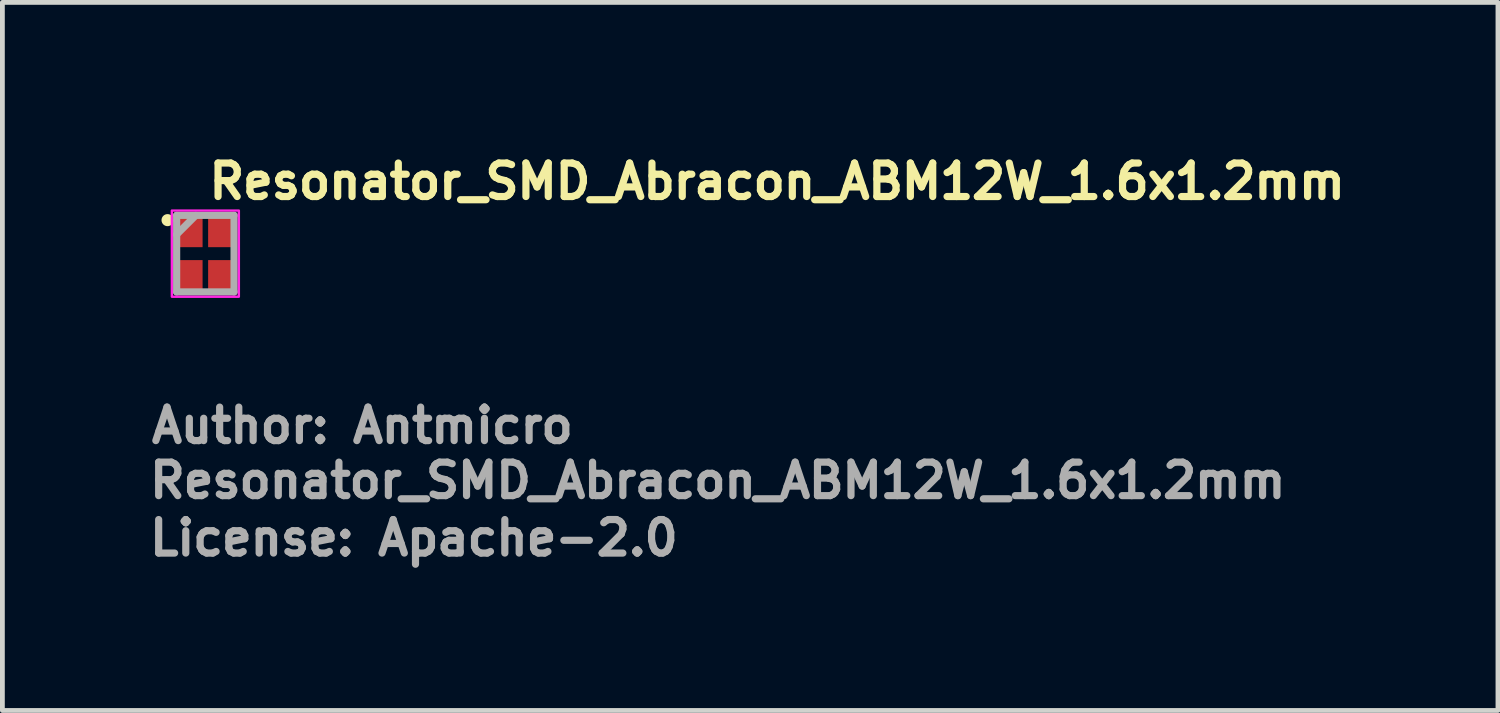
<source format=kicad_pcb>
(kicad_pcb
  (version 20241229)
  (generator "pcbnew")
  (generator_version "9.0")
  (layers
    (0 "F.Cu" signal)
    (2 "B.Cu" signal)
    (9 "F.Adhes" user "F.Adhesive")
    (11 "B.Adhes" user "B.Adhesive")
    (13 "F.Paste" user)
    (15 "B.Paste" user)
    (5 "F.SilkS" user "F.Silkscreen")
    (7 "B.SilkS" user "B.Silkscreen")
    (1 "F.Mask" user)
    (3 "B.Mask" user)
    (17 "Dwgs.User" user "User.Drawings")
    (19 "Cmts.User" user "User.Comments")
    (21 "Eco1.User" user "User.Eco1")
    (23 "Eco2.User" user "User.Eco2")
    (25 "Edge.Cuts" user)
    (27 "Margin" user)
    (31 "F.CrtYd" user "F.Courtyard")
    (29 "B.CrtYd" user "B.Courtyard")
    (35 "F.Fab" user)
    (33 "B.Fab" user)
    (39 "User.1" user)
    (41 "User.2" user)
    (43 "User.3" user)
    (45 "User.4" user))
  (footprint "Resonator_SMD_Abracon_ABM12W_1.6x1.2mm"
    (layer "F.Cu")
    (at 1.241 2.25)
    (property "Reference" "Resonator_SMD_Abracon_ABM12W_1.6x1.2mm" (at 0 -1.1 0) (layer "F.SilkS") (effects (font (size 0.7 0.7) (thickness 0.15)) (justify left bottom)))
    (attr smd)
    (fp_circle (center -0.79 -0.7) (end -0.739 -0.7) (stroke (width 0.15) (type solid)) (fill yes) (layer "F.SilkS"))
    (fp_rect (start -0.7 -0.9) (end 0.7 0.9) (stroke (width 0.05) (type solid)) (fill no) (layer "F.CrtYd"))
    (fp_line (start -0.6 -0.8) (end -0.6 0.8) (stroke (width 0.15) (type solid)) (layer "F.Fab"))
    (fp_line (start -0.6 -0.8) (end 0.6 -0.8) (stroke (width 0.15) (type solid)) (layer "F.Fab"))
    (fp_line (start -0.6 -0.4) (end -0.2 -0.8) (stroke (width 0.15) (type solid)) (layer "F.Fab"))
    (fp_line (start 0.6 -0.8) (end 0.6 0.8) (stroke (width 0.15) (type solid)) (layer "F.Fab"))
    (fp_line (start 0.6 0.8) (end -0.6 0.8) (stroke (width 0.15) (type solid)) (layer "F.Fab"))
    (fp_rect (start -0.6 -0.8) (end 0.6 0.8) (stroke (width 0.1) (type solid)) (fill no) (layer "User.5"))
    (fp_line (start -0.6 -0.699) (end -0.6 0.699) (stroke (width 0.02) (type solid)) (layer "User.9"))
    (fp_line (start -0.6 0.699) (end -0.591 0.703) (stroke (width 0.02) (type solid)) (layer "User.9"))
    (fp_line (start -0.591 -0.703) (end -0.6 -0.699) (stroke (width 0.02) (type solid)) (layer "User.9"))
    (fp_line (start -0.591 0.703) (end -0.583 0.708) (stroke (width 0.02) (type solid)) (layer "User.9"))
    (fp_line (start -0.583 -0.708) (end -0.591 -0.703) (stroke (width 0.02) (type solid)) (layer "User.9"))
    (fp_line (start -0.583 0.708) (end -0.576 0.712) (stroke (width 0.02) (type solid)) (layer "User.9"))
    (fp_line (start -0.576 -0.712) (end -0.583 -0.708) (stroke (width 0.02) (type solid)) (layer "User.9"))
    (fp_line (start -0.576 0.712) (end -0.568 0.717) (stroke (width 0.02) (type solid)) (layer "User.9"))
    (fp_line (start -0.568 -0.717) (end -0.576 -0.712) (stroke (width 0.02) (type solid)) (layer "User.9"))
    (fp_line (start -0.568 0.717) (end -0.561 0.723) (stroke (width 0.02) (type solid)) (layer "User.9"))
    (fp_line (start -0.561 -0.723) (end -0.568 -0.717) (stroke (width 0.02) (type solid)) (layer "User.9"))
    (fp_line (start -0.561 0.723) (end -0.554 0.728) (stroke (width 0.02) (type solid)) (layer "User.9"))
    (fp_line (start -0.554 -0.728) (end -0.561 -0.723) (stroke (width 0.02) (type solid)) (layer "User.9"))
    (fp_line (start -0.554 0.728) (end -0.547 0.734) (stroke (width 0.02) (type solid)) (layer "User.9"))
    (fp_line (start -0.547 -0.734) (end -0.554 -0.728) (stroke (width 0.02) (type solid)) (layer "User.9"))
    (fp_line (start -0.547 0.734) (end -0.54 0.74) (stroke (width 0.02) (type solid)) (layer "User.9"))
    (fp_line (start -0.54 -0.74) (end -0.547 -0.734) (stroke (width 0.02) (type solid)) (layer "User.9"))
    (fp_line (start -0.54 -0.615) (end -0.54 0.615) (stroke (width 0.02) (type solid)) (layer "User.9"))
    (fp_line (start -0.54 0.615) (end -0.539 0.621) (stroke (width 0.02) (type solid)) (layer "User.9"))
    (fp_line (start -0.54 0.74) (end -0.534 0.747) (stroke (width 0.02) (type solid)) (layer "User.9"))
    (fp_line (start -0.539 -0.627) (end -0.539 -0.621) (stroke (width 0.02) (type solid)) (layer "User.9"))
    (fp_line (start -0.539 -0.621) (end -0.54 -0.615) (stroke (width 0.02) (type solid)) (layer "User.9"))
    (fp_line (start -0.539 0.621) (end -0.539 0.627) (stroke (width 0.02) (type solid)) (layer "User.9"))
    (fp_line (start -0.539 0.627) (end -0.538 0.633) (stroke (width 0.02) (type solid)) (layer "User.9"))
    (fp_line (start -0.538 -0.633) (end -0.539 -0.627) (stroke (width 0.02) (type solid)) (layer "User.9"))
    (fp_line (start -0.538 0.633) (end -0.537 0.639) (stroke (width 0.02) (type solid)) (layer "User.9"))
    (fp_line (start -0.537 -0.639) (end -0.538 -0.633) (stroke (width 0.02) (type solid)) (layer "User.9"))
    (fp_line (start -0.537 0.639) (end -0.536 0.645) (stroke (width 0.02) (type solid)) (layer "User.9"))
    (fp_line (start -0.536 -0.645) (end -0.537 -0.639) (stroke (width 0.02) (type solid)) (layer "User.9"))
    (fp_line (start -0.536 0.645) (end -0.534 0.651) (stroke (width 0.02) (type solid)) (layer "User.9"))
    (fp_line (start -0.534 -0.747) (end -0.54 -0.74) (stroke (width 0.02) (type solid)) (layer "User.9"))
    (fp_line (start -0.534 -0.651) (end -0.536 -0.645) (stroke (width 0.02) (type solid)) (layer "User.9"))
    (fp_line (start -0.534 0.651) (end -0.532 0.657) (stroke (width 0.02) (type solid)) (layer "User.9"))
    (fp_line (start -0.534 0.747) (end -0.528 0.754) (stroke (width 0.02) (type solid)) (layer "User.9"))
    (fp_line (start -0.532 -0.657) (end -0.534 -0.651) (stroke (width 0.02) (type solid)) (layer "User.9"))
    (fp_line (start -0.532 0.657) (end -0.53 0.662) (stroke (width 0.02) (type solid)) (layer "User.9"))
    (fp_line (start -0.53 -0.662) (end -0.532 -0.657) (stroke (width 0.02) (type solid)) (layer "User.9"))
    (fp_line (start -0.53 0.662) (end -0.528 0.668) (stroke (width 0.02) (type solid)) (layer "User.9"))
    (fp_line (start -0.528 -0.754) (end -0.534 -0.747) (stroke (width 0.02) (type solid)) (layer "User.9"))
    (fp_line (start -0.528 -0.668) (end -0.53 -0.662) (stroke (width 0.02) (type solid)) (layer "User.9"))
    (fp_line (start -0.528 0.668) (end -0.525 0.673) (stroke (width 0.02) (type solid)) (layer "User.9"))
    (fp_line (start -0.528 0.754) (end -0.523 0.761) (stroke (width 0.02) (type solid)) (layer "User.9"))
    (fp_line (start -0.525 -0.673) (end -0.528 -0.668) (stroke (width 0.02) (type solid)) (layer "User.9"))
    (fp_line (start -0.525 0.673) (end -0.522 0.679) (stroke (width 0.02) (type solid)) (layer "User.9"))
    (fp_line (start -0.523 -0.761) (end -0.528 -0.754) (stroke (width 0.02) (type solid)) (layer "User.9"))
    (fp_line (start -0.523 0.761) (end -0.517 0.768) (stroke (width 0.02) (type solid)) (layer "User.9"))
    (fp_line (start -0.522 -0.679) (end -0.525 -0.673) (stroke (width 0.02) (type solid)) (layer "User.9"))
    (fp_line (start -0.522 0.679) (end -0.518 0.684) (stroke (width 0.02) (type solid)) (layer "User.9"))
    (fp_line (start -0.518 -0.684) (end -0.522 -0.679) (stroke (width 0.02) (type solid)) (layer "User.9"))
    (fp_line (start -0.518 0.684) (end -0.515 0.689) (stroke (width 0.02) (type solid)) (layer "User.9"))
    (fp_line (start -0.517 -0.768) (end -0.523 -0.761) (stroke (width 0.02) (type solid)) (layer "User.9"))
    (fp_line (start -0.517 0.768) (end -0.512 0.776) (stroke (width 0.02) (type solid)) (layer "User.9"))
    (fp_line (start -0.515 -0.689) (end -0.518 -0.684) (stroke (width 0.02) (type solid)) (layer "User.9"))
    (fp_line (start -0.515 0.689) (end -0.511 0.694) (stroke (width 0.02) (type solid)) (layer "User.9"))
    (fp_line (start -0.512 -0.776) (end -0.517 -0.768) (stroke (width 0.02) (type solid)) (layer "User.9"))
    (fp_line (start -0.512 0.776) (end -0.508 0.783) (stroke (width 0.02) (type solid)) (layer "User.9"))
    (fp_line (start -0.511 -0.694) (end -0.515 -0.689) (stroke (width 0.02) (type solid)) (layer "User.9"))
    (fp_line (start -0.511 0.694) (end -0.507 0.698) (stroke (width 0.02) (type solid)) (layer "User.9"))
    (fp_line (start -0.508 -0.783) (end -0.512 -0.776) (stroke (width 0.02) (type solid)) (layer "User.9"))
    (fp_line (start -0.508 0.783) (end -0.503 0.791) (stroke (width 0.02) (type solid)) (layer "User.9"))
    (fp_line (start -0.507 -0.698) (end -0.511 -0.694) (stroke (width 0.02) (type solid)) (layer "User.9"))
    (fp_line (start -0.507 0.698) (end -0.503 0.703) (stroke (width 0.02) (type solid)) (layer "User.9"))
    (fp_line (start -0.503 -0.791) (end -0.508 -0.783) (stroke (width 0.02) (type solid)) (layer "User.9"))
    (fp_line (start -0.503 -0.703) (end -0.507 -0.698) (stroke (width 0.02) (type solid)) (layer "User.9"))
    (fp_line (start -0.503 -0.703) (end -0.503 -0.703) (stroke (width 0.02) (type solid)) (layer "User.9"))
    (fp_line (start -0.503 0.703) (end -0.503 0.703) (stroke (width 0.02) (type solid)) (layer "User.9"))
    (fp_line (start -0.503 0.703) (end -0.498 0.707) (stroke (width 0.02) (type solid)) (layer "User.9"))
    (fp_line (start -0.503 0.791) (end -0.5 0.8) (stroke (width 0.02) (type solid)) (layer "User.9"))
    (fp_line (start -0.5 -0.8) (end -0.503 -0.791) (stroke (width 0.02) (type solid)) (layer "User.9"))
    (fp_line (start -0.5 0.8) (end 0.5 0.8) (stroke (width 0.02) (type solid)) (layer "User.9"))
    (fp_line (start -0.498 -0.707) (end -0.503 -0.703) (stroke (width 0.02) (type solid)) (layer "User.9"))
    (fp_line (start -0.498 0.707) (end -0.494 0.711) (stroke (width 0.02) (type solid)) (layer "User.9"))
    (fp_line (start -0.494 -0.711) (end -0.498 -0.707) (stroke (width 0.02) (type solid)) (layer "User.9"))
    (fp_line (start -0.494 0.711) (end -0.489 0.715) (stroke (width 0.02) (type solid)) (layer "User.9"))
    (fp_line (start -0.489 -0.715) (end -0.494 -0.711) (stroke (width 0.02) (type solid)) (layer "User.9"))
    (fp_line (start -0.489 0.715) (end -0.484 0.718) (stroke (width 0.02) (type solid)) (layer "User.9"))
    (fp_line (start -0.484 -0.718) (end -0.489 -0.715) (stroke (width 0.02) (type solid)) (layer "User.9"))
    (fp_line (start -0.484 0.718) (end -0.479 0.722) (stroke (width 0.02) (type solid)) (layer "User.9"))
    (fp_line (start -0.479 -0.722) (end -0.484 -0.718) (stroke (width 0.02) (type solid)) (layer "User.9"))
    (fp_line (start -0.479 0.722) (end -0.473 0.725) (stroke (width 0.02) (type solid)) (layer "User.9"))
    (fp_line (start -0.474 -0.562) (end -0.474 -0.556) (stroke (width 0.02) (type solid)) (layer "User.9"))
    (fp_line (start -0.474 -0.556) (end -0.474 -0.55) (stroke (width 0.02) (type solid)) (layer "User.9"))
    (fp_line (start -0.474 -0.55) (end -0.474 0.55) (stroke (width 0.02) (type solid)) (layer "User.9"))
    (fp_line (start -0.474 0.55) (end -0.474 0.556) (stroke (width 0.02) (type solid)) (layer "User.9"))
    (fp_line (start -0.474 0.556) (end -0.474 0.562) (stroke (width 0.02) (type solid)) (layer "User.9"))
    (fp_line (start -0.474 0.562) (end -0.473 0.568) (stroke (width 0.02) (type solid)) (layer "User.9"))
    (fp_line (start -0.473 -0.725) (end -0.479 -0.722) (stroke (width 0.02) (type solid)) (layer "User.9"))
    (fp_line (start -0.473 -0.568) (end -0.474 -0.562) (stroke (width 0.02) (type solid)) (layer "User.9"))
    (fp_line (start -0.473 0.568) (end -0.472 0.574) (stroke (width 0.02) (type solid)) (layer "User.9"))
    (fp_line (start -0.473 0.725) (end -0.468 0.728) (stroke (width 0.02) (type solid)) (layer "User.9"))
    (fp_line (start -0.472 -0.574) (end -0.473 -0.568) (stroke (width 0.02) (type solid)) (layer "User.9"))
    (fp_line (start -0.472 0.574) (end -0.471 0.58) (stroke (width 0.02) (type solid)) (layer "User.9"))
    (fp_line (start -0.471 -0.58) (end -0.472 -0.574) (stroke (width 0.02) (type solid)) (layer "User.9"))
    (fp_line (start -0.471 0.58) (end -0.469 0.586) (stroke (width 0.02) (type solid)) (layer "User.9"))
    (fp_line (start -0.469 -0.586) (end -0.471 -0.58) (stroke (width 0.02) (type solid)) (layer "User.9"))
    (fp_line (start -0.469 0.586) (end -0.467 0.592) (stroke (width 0.02) (type solid)) (layer "User.9"))
    (fp_line (start -0.468 -0.728) (end -0.473 -0.725) (stroke (width 0.02) (type solid)) (layer "User.9"))
    (fp_line (start -0.468 0.728) (end -0.462 0.73) (stroke (width 0.02) (type solid)) (layer "User.9"))
    (fp_line (start -0.467 -0.592) (end -0.469 -0.586) (stroke (width 0.02) (type solid)) (layer "User.9"))
    (fp_line (start -0.467 0.592) (end -0.465 0.597) (stroke (width 0.02) (type solid)) (layer "User.9"))
    (fp_line (start -0.465 -0.597) (end -0.467 -0.592) (stroke (width 0.02) (type solid)) (layer "User.9"))
    (fp_line (start -0.465 0.597) (end -0.463 0.603) (stroke (width 0.02) (type solid)) (layer "User.9"))
    (fp_line (start -0.463 -0.603) (end -0.465 -0.597) (stroke (width 0.02) (type solid)) (layer "User.9"))
    (fp_line (start -0.463 0.603) (end -0.46 0.608) (stroke (width 0.02) (type solid)) (layer "User.9"))
    (fp_line (start -0.462 -0.73) (end -0.468 -0.728) (stroke (width 0.02) (type solid)) (layer "User.9"))
    (fp_line (start -0.462 0.73) (end -0.457 0.732) (stroke (width 0.02) (type solid)) (layer "User.9"))
    (fp_line (start -0.46 -0.608) (end -0.463 -0.603) (stroke (width 0.02) (type solid)) (layer "User.9"))
    (fp_line (start -0.46 0.608) (end -0.457 0.614) (stroke (width 0.02) (type solid)) (layer "User.9"))
    (fp_line (start -0.457 -0.732) (end -0.462 -0.73) (stroke (width 0.02) (type solid)) (layer "User.9"))
    (fp_line (start -0.457 -0.614) (end -0.46 -0.608) (stroke (width 0.02) (type solid)) (layer "User.9"))
    (fp_line (start -0.457 0.614) (end -0.453 0.619) (stroke (width 0.02) (type solid)) (layer "User.9"))
    (fp_line (start -0.457 0.732) (end -0.451 0.734) (stroke (width 0.02) (type solid)) (layer "User.9"))
    (fp_line (start -0.453 -0.619) (end -0.457 -0.614) (stroke (width 0.02) (type solid)) (layer "User.9"))
    (fp_line (start -0.453 0.619) (end -0.45 0.624) (stroke (width 0.02) (type solid)) (layer "User.9"))
    (fp_line (start -0.451 -0.734) (end -0.457 -0.732) (stroke (width 0.02) (type solid)) (layer "User.9"))
    (fp_line (start -0.451 0.734) (end -0.445 0.736) (stroke (width 0.02) (type solid)) (layer "User.9"))
    (fp_line (start -0.45 -0.624) (end -0.453 -0.619) (stroke (width 0.02) (type solid)) (layer "User.9"))
    (fp_line (start -0.45 0.624) (end -0.446 0.629) (stroke (width 0.02) (type solid)) (layer "User.9"))
    (fp_line (start -0.446 -0.629) (end -0.45 -0.624) (stroke (width 0.02) (type solid)) (layer "User.9"))
    (fp_line (start -0.446 0.629) (end -0.442 0.633) (stroke (width 0.02) (type solid)) (layer "User.9"))
    (fp_line (start -0.445 -0.736) (end -0.451 -0.734) (stroke (width 0.02) (type solid)) (layer "User.9"))
    (fp_line (start -0.445 0.736) (end -0.439 0.737) (stroke (width 0.02) (type solid)) (layer "User.9"))
    (fp_line (start -0.442 -0.633) (end -0.446 -0.629) (stroke (width 0.02) (type solid)) (layer "User.9"))
    (fp_line (start -0.442 0.633) (end -0.438 0.638) (stroke (width 0.02) (type solid)) (layer "User.9"))
    (fp_line (start -0.439 -0.737) (end -0.445 -0.736) (stroke (width 0.02) (type solid)) (layer "User.9"))
    (fp_line (start -0.439 0.737) (end -0.433 0.738) (stroke (width 0.02) (type solid)) (layer "User.9"))
    (fp_line (start -0.438 -0.638) (end -0.442 -0.633) (stroke (width 0.02) (type solid)) (layer "User.9"))
    (fp_line (start -0.438 -0.638) (end -0.438 -0.638) (stroke (width 0.02) (type solid)) (layer "User.9"))
    (fp_line (start -0.438 0.638) (end -0.438 0.638) (stroke (width 0.02) (type solid)) (layer "User.9"))
    (fp_line (start -0.438 0.638) (end -0.433 0.642) (stroke (width 0.02) (type solid)) (layer "User.9"))
    (fp_line (start -0.433 -0.738) (end -0.439 -0.737) (stroke (width 0.02) (type solid)) (layer "User.9"))
    (fp_line (start -0.433 -0.642) (end -0.438 -0.638) (stroke (width 0.02) (type solid)) (layer "User.9"))
    (fp_line (start -0.433 0.642) (end -0.429 0.646) (stroke (width 0.02) (type solid)) (layer "User.9"))
    (fp_line (start -0.433 0.738) (end -0.427 0.739) (stroke (width 0.02) (type solid)) (layer "User.9"))
    (fp_line (start -0.429 -0.646) (end -0.433 -0.642) (stroke (width 0.02) (type solid)) (layer "User.9"))
    (fp_line (start -0.429 0.646) (end -0.424 0.65) (stroke (width 0.02) (type solid)) (layer "User.9"))
    (fp_line (start -0.427 -0.739) (end -0.433 -0.738) (stroke (width 0.02) (type solid)) (layer "User.9"))
    (fp_line (start -0.427 0.739) (end -0.421 0.739) (stroke (width 0.02) (type solid)) (layer "User.9"))
    (fp_line (start -0.424 -0.65) (end -0.429 -0.646) (stroke (width 0.02) (type solid)) (layer "User.9"))
    (fp_line (start -0.424 0.65) (end -0.419 0.653) (stroke (width 0.02) (type solid)) (layer "User.9"))
    (fp_line (start -0.421 -0.739) (end -0.427 -0.739) (stroke (width 0.02) (type solid)) (layer "User.9"))
    (fp_line (start -0.421 0.739) (end -0.414 0.74) (stroke (width 0.02) (type solid)) (layer "User.9"))
    (fp_line (start -0.419 -0.653) (end -0.424 -0.65) (stroke (width 0.02) (type solid)) (layer "User.9"))
    (fp_line (start -0.419 0.653) (end -0.414 0.657) (stroke (width 0.02) (type solid)) (layer "User.9"))
    (fp_line (start -0.414 -0.74) (end -0.421 -0.739) (stroke (width 0.02) (type solid)) (layer "User.9"))
    (fp_line (start -0.414 -0.657) (end -0.419 -0.653) (stroke (width 0.02) (type solid)) (layer "User.9"))
    (fp_line (start -0.414 0.657) (end -0.408 0.66) (stroke (width 0.02) (type solid)) (layer "User.9"))
    (fp_line (start -0.414 0.74) (end 0.414 0.74) (stroke (width 0.02) (type solid)) (layer "User.9"))
    (fp_line (start -0.408 -0.66) (end -0.414 -0.657) (stroke (width 0.02) (type solid)) (layer "User.9"))
    (fp_line (start -0.408 0.66) (end -0.403 0.663) (stroke (width 0.02) (type solid)) (layer "User.9"))
    (fp_line (start -0.403 -0.663) (end -0.408 -0.66) (stroke (width 0.02) (type solid)) (layer "User.9"))
    (fp_line (start -0.403 0.663) (end -0.397 0.665) (stroke (width 0.02) (type solid)) (layer "User.9"))
    (fp_line (start -0.397 -0.665) (end -0.403 -0.663) (stroke (width 0.02) (type solid)) (layer "User.9"))
    (fp_line (start -0.397 0.665) (end -0.392 0.667) (stroke (width 0.02) (type solid)) (layer "User.9"))
    (fp_line (start -0.392 -0.667) (end -0.397 -0.665) (stroke (width 0.02) (type solid)) (layer "User.9"))
    (fp_line (start -0.392 0.667) (end -0.386 0.669) (stroke (width 0.02) (type solid)) (layer "User.9"))
    (fp_line (start -0.386 -0.669) (end -0.392 -0.667) (stroke (width 0.02) (type solid)) (layer "User.9"))
    (fp_line (start -0.386 0.669) (end -0.38 0.671) (stroke (width 0.02) (type solid)) (layer "User.9"))
    (fp_line (start -0.38 -0.671) (end -0.386 -0.669) (stroke (width 0.02) (type solid)) (layer "User.9"))
    (fp_line (start -0.38 0.671) (end -0.374 0.672) (stroke (width 0.02) (type solid)) (layer "User.9"))
    (fp_line (start -0.374 -0.672) (end -0.38 -0.671) (stroke (width 0.02) (type solid)) (layer "User.9"))
    (fp_line (start -0.374 0.672) (end -0.368 0.673) (stroke (width 0.02) (type solid)) (layer "User.9"))
    (fp_line (start -0.368 -0.673) (end -0.374 -0.672) (stroke (width 0.02) (type solid)) (layer "User.9"))
    (fp_line (start -0.368 0.673) (end -0.362 0.674) (stroke (width 0.02) (type solid)) (layer "User.9"))
    (fp_line (start -0.362 -0.674) (end -0.368 -0.673) (stroke (width 0.02) (type solid)) (layer "User.9"))
    (fp_line (start -0.362 0.674) (end -0.356 0.674) (stroke (width 0.02) (type solid)) (layer "User.9"))
    (fp_line (start -0.356 -0.674) (end -0.362 -0.674) (stroke (width 0.02) (type solid)) (layer "User.9"))
    (fp_line (start -0.356 0.674) (end -0.349 0.675) (stroke (width 0.02) (type solid)) (layer "User.9"))
    (fp_line (start -0.349 -0.675) (end -0.356 -0.674) (stroke (width 0.02) (type solid)) (layer "User.9"))
    (fp_line (start -0.349 0.675) (end 0.349 0.675) (stroke (width 0.02) (type solid)) (layer "User.9"))
    (fp_line (start 0.349 -0.675) (end -0.349 -0.675) (stroke (width 0.02) (type solid)) (layer "User.9"))
    (fp_line (start 0.349 0.675) (end 0.356 0.674) (stroke (width 0.02) (type solid)) (layer "User.9"))
    (fp_line (start 0.356 -0.674) (end 0.349 -0.675) (stroke (width 0.02) (type solid)) (layer "User.9"))
    (fp_line (start 0.356 0.674) (end 0.362 0.674) (stroke (width 0.02) (type solid)) (layer "User.9"))
    (fp_line (start 0.362 -0.674) (end 0.356 -0.674) (stroke (width 0.02) (type solid)) (layer "User.9"))
    (fp_line (start 0.362 0.674) (end 0.368 0.673) (stroke (width 0.02) (type solid)) (layer "User.9"))
    (fp_line (start 0.368 -0.673) (end 0.362 -0.674) (stroke (width 0.02) (type solid)) (layer "User.9"))
    (fp_line (start 0.368 0.673) (end 0.374 0.672) (stroke (width 0.02) (type solid)) (layer "User.9"))
    (fp_line (start 0.374 -0.672) (end 0.368 -0.673) (stroke (width 0.02) (type solid)) (layer "User.9"))
    (fp_line (start 0.374 0.672) (end 0.38 0.671) (stroke (width 0.02) (type solid)) (layer "User.9"))
    (fp_line (start 0.38 -0.671) (end 0.374 -0.672) (stroke (width 0.02) (type solid)) (layer "User.9"))
    (fp_line (start 0.38 0.671) (end 0.386 0.669) (stroke (width 0.02) (type solid)) (layer "User.9"))
    (fp_line (start 0.386 -0.669) (end 0.38 -0.671) (stroke (width 0.02) (type solid)) (layer "User.9"))
    (fp_line (start 0.386 0.669) (end 0.392 0.667) (stroke (width 0.02) (type solid)) (layer "User.9"))
    (fp_line (start 0.392 -0.667) (end 0.386 -0.669) (stroke (width 0.02) (type solid)) (layer "User.9"))
    (fp_line (start 0.392 0.667) (end 0.397 0.665) (stroke (width 0.02) (type solid)) (layer "User.9"))
    (fp_line (start 0.397 -0.665) (end 0.392 -0.667) (stroke (width 0.02) (type solid)) (layer "User.9"))
    (fp_line (start 0.397 0.665) (end 0.403 0.663) (stroke (width 0.02) (type solid)) (layer "User.9"))
    (fp_line (start 0.403 -0.663) (end 0.397 -0.665) (stroke (width 0.02) (type solid)) (layer "User.9"))
    (fp_line (start 0.403 0.663) (end 0.408 0.66) (stroke (width 0.02) (type solid)) (layer "User.9"))
    (fp_line (start 0.408 -0.66) (end 0.403 -0.663) (stroke (width 0.02) (type solid)) (layer "User.9"))
    (fp_line (start 0.408 0.66) (end 0.414 0.657) (stroke (width 0.02) (type solid)) (layer "User.9"))
    (fp_line (start 0.414 -0.74) (end -0.414 -0.74) (stroke (width 0.02) (type solid)) (layer "User.9"))
    (fp_line (start 0.414 -0.657) (end 0.408 -0.66) (stroke (width 0.02) (type solid)) (layer "User.9"))
    (fp_line (start 0.414 0.657) (end 0.419 0.653) (stroke (width 0.02) (type solid)) (layer "User.9"))
    (fp_line (start 0.414 0.74) (end 0.421 0.739) (stroke (width 0.02) (type solid)) (layer "User.9"))
    (fp_line (start 0.419 -0.653) (end 0.414 -0.657) (stroke (width 0.02) (type solid)) (layer "User.9"))
    (fp_line (start 0.419 0.653) (end 0.424 0.65) (stroke (width 0.02) (type solid)) (layer "User.9"))
    (fp_line (start 0.421 -0.739) (end 0.414 -0.74) (stroke (width 0.02) (type solid)) (layer "User.9"))
    (fp_line (start 0.421 0.739) (end 0.427 0.739) (stroke (width 0.02) (type solid)) (layer "User.9"))
    (fp_line (start 0.424 -0.65) (end 0.419 -0.653) (stroke (width 0.02) (type solid)) (layer "User.9"))
    (fp_line (start 0.424 0.65) (end 0.429 0.646) (stroke (width 0.02) (type solid)) (layer "User.9"))
    (fp_line (start 0.427 -0.739) (end 0.421 -0.739) (stroke (width 0.02) (type solid)) (layer "User.9"))
    (fp_line (start 0.427 0.739) (end 0.433 0.738) (stroke (width 0.02) (type solid)) (layer "User.9"))
    (fp_line (start 0.429 -0.646) (end 0.424 -0.65) (stroke (width 0.02) (type solid)) (layer "User.9"))
    (fp_line (start 0.429 0.646) (end 0.433 0.642) (stroke (width 0.02) (type solid)) (layer "User.9"))
    (fp_line (start 0.433 -0.738) (end 0.427 -0.739) (stroke (width 0.02) (type solid)) (layer "User.9"))
    (fp_line (start 0.433 -0.642) (end 0.429 -0.646) (stroke (width 0.02) (type solid)) (layer "User.9"))
    (fp_line (start 0.433 0.642) (end 0.438 0.638) (stroke (width 0.02) (type solid)) (layer "User.9"))
    (fp_line (start 0.433 0.738) (end 0.439 0.737) (stroke (width 0.02) (type solid)) (layer "User.9"))
    (fp_line (start 0.438 -0.638) (end 0.433 -0.642) (stroke (width 0.02) (type solid)) (layer "User.9"))
    (fp_line (start 0.438 -0.638) (end 0.438 -0.638) (stroke (width 0.02) (type solid)) (layer "User.9"))
    (fp_line (start 0.438 0.638) (end 0.438 0.638) (stroke (width 0.02) (type solid)) (layer "User.9"))
    (fp_line (start 0.438 0.638) (end 0.442 0.633) (stroke (width 0.02) (type solid)) (layer "User.9"))
    (fp_line (start 0.439 -0.737) (end 0.433 -0.738) (stroke (width 0.02) (type solid)) (layer "User.9"))
    (fp_line (start 0.439 0.737) (end 0.445 0.736) (stroke (width 0.02) (type solid)) (layer "User.9"))
    (fp_line (start 0.442 -0.633) (end 0.438 -0.638) (stroke (width 0.02) (type solid)) (layer "User.9"))
    (fp_line (start 0.442 0.633) (end 0.446 0.629) (stroke (width 0.02) (type solid)) (layer "User.9"))
    (fp_line (start 0.445 -0.736) (end 0.439 -0.737) (stroke (width 0.02) (type solid)) (layer "User.9"))
    (fp_line (start 0.445 0.736) (end 0.451 0.734) (stroke (width 0.02) (type solid)) (layer "User.9"))
    (fp_line (start 0.446 -0.629) (end 0.442 -0.633) (stroke (width 0.02) (type solid)) (layer "User.9"))
    (fp_line (start 0.446 0.629) (end 0.45 0.624) (stroke (width 0.02) (type solid)) (layer "User.9"))
    (fp_line (start 0.45 -0.624) (end 0.446 -0.629) (stroke (width 0.02) (type solid)) (layer "User.9"))
    (fp_line (start 0.45 0.624) (end 0.453 0.619) (stroke (width 0.02) (type solid)) (layer "User.9"))
    (fp_line (start 0.451 -0.734) (end 0.445 -0.736) (stroke (width 0.02) (type solid)) (layer "User.9"))
    (fp_line (start 0.451 0.734) (end 0.457 0.732) (stroke (width 0.02) (type solid)) (layer "User.9"))
    (fp_line (start 0.453 -0.619) (end 0.45 -0.624) (stroke (width 0.02) (type solid)) (layer "User.9"))
    (fp_line (start 0.453 0.619) (end 0.457 0.614) (stroke (width 0.02) (type solid)) (layer "User.9"))
    (fp_line (start 0.457 -0.732) (end 0.451 -0.734) (stroke (width 0.02) (type solid)) (layer "User.9"))
    (fp_line (start 0.457 -0.614) (end 0.453 -0.619) (stroke (width 0.02) (type solid)) (layer "User.9"))
    (fp_line (start 0.457 0.614) (end 0.46 0.608) (stroke (width 0.02) (type solid)) (layer "User.9"))
    (fp_line (start 0.457 0.732) (end 0.462 0.73) (stroke (width 0.02) (type solid)) (layer "User.9"))
    (fp_line (start 0.46 -0.608) (end 0.457 -0.614) (stroke (width 0.02) (type solid)) (layer "User.9"))
    (fp_line (start 0.46 0.608) (end 0.463 0.603) (stroke (width 0.02) (type solid)) (layer "User.9"))
    (fp_line (start 0.462 -0.73) (end 0.457 -0.732) (stroke (width 0.02) (type solid)) (layer "User.9"))
    (fp_line (start 0.462 0.73) (end 0.468 0.728) (stroke (width 0.02) (type solid)) (layer "User.9"))
    (fp_line (start 0.463 -0.603) (end 0.46 -0.608) (stroke (width 0.02) (type solid)) (layer "User.9"))
    (fp_line (start 0.463 0.603) (end 0.465 0.597) (stroke (width 0.02) (type solid)) (layer "User.9"))
    (fp_line (start 0.465 -0.597) (end 0.463 -0.603) (stroke (width 0.02) (type solid)) (layer "User.9"))
    (fp_line (start 0.465 0.597) (end 0.467 0.592) (stroke (width 0.02) (type solid)) (layer "User.9"))
    (fp_line (start 0.467 -0.592) (end 0.465 -0.597) (stroke (width 0.02) (type solid)) (layer "User.9"))
    (fp_line (start 0.467 0.592) (end 0.469 0.586) (stroke (width 0.02) (type solid)) (layer "User.9"))
    (fp_line (start 0.468 -0.728) (end 0.462 -0.73) (stroke (width 0.02) (type solid)) (layer "User.9"))
    (fp_line (start 0.468 0.728) (end 0.473 0.725) (stroke (width 0.02) (type solid)) (layer "User.9"))
    (fp_line (start 0.469 -0.586) (end 0.467 -0.592) (stroke (width 0.02) (type solid)) (layer "User.9"))
    (fp_line (start 0.469 0.586) (end 0.471 0.58) (stroke (width 0.02) (type solid)) (layer "User.9"))
    (fp_line (start 0.471 -0.58) (end 0.469 -0.586) (stroke (width 0.02) (type solid)) (layer "User.9"))
    (fp_line (start 0.471 0.58) (end 0.472 0.574) (stroke (width 0.02) (type solid)) (layer "User.9"))
    (fp_line (start 0.472 -0.574) (end 0.471 -0.58) (stroke (width 0.02) (type solid)) (layer "User.9"))
    (fp_line (start 0.472 0.574) (end 0.473 0.568) (stroke (width 0.02) (type solid)) (layer "User.9"))
    (fp_line (start 0.473 -0.725) (end 0.468 -0.728) (stroke (width 0.02) (type solid)) (layer "User.9"))
    (fp_line (start 0.473 -0.568) (end 0.472 -0.574) (stroke (width 0.02) (type solid)) (layer "User.9"))
    (fp_line (start 0.473 0.568) (end 0.474 0.562) (stroke (width 0.02) (type solid)) (layer "User.9"))
    (fp_line (start 0.473 0.725) (end 0.479 0.722) (stroke (width 0.02) (type solid)) (layer "User.9"))
    (fp_line (start 0.474 -0.562) (end 0.473 -0.568) (stroke (width 0.02) (type solid)) (layer "User.9"))
    (fp_line (start 0.474 -0.556) (end 0.474 -0.562) (stroke (width 0.02) (type solid)) (layer "User.9"))
    (fp_line (start 0.474 -0.55) (end 0.474 -0.556) (stroke (width 0.02) (type solid)) (layer "User.9"))
    (fp_line (start 0.474 0.55) (end 0.474 -0.55) (stroke (width 0.02) (type solid)) (layer "User.9"))
    (fp_line (start 0.474 0.556) (end 0.474 0.55) (stroke (width 0.02) (type solid)) (layer "User.9"))
    (fp_line (start 0.474 0.562) (end 0.474 0.556) (stroke (width 0.02) (type solid)) (layer "User.9"))
    (fp_line (start 0.479 -0.722) (end 0.473 -0.725) (stroke (width 0.02) (type solid)) (layer "User.9"))
    (fp_line (start 0.479 0.722) (end 0.484 0.718) (stroke (width 0.02) (type solid)) (layer "User.9"))
    (fp_line (start 0.484 -0.718) (end 0.479 -0.722) (stroke (width 0.02) (type solid)) (layer "User.9"))
    (fp_line (start 0.484 0.718) (end 0.489 0.715) (stroke (width 0.02) (type solid)) (layer "User.9"))
    (fp_line (start 0.489 -0.715) (end 0.484 -0.718) (stroke (width 0.02) (type solid)) (layer "User.9"))
    (fp_line (start 0.489 0.715) (end 0.494 0.711) (stroke (width 0.02) (type solid)) (layer "User.9"))
    (fp_line (start 0.494 -0.711) (end 0.489 -0.715) (stroke (width 0.02) (type solid)) (layer "User.9"))
    (fp_line (start 0.494 0.711) (end 0.498 0.707) (stroke (width 0.02) (type solid)) (layer "User.9"))
    (fp_line (start 0.498 -0.707) (end 0.494 -0.711) (stroke (width 0.02) (type solid)) (layer "User.9"))
    (fp_line (start 0.498 0.707) (end 0.503 0.703) (stroke (width 0.02) (type solid)) (layer "User.9"))
    (fp_line (start 0.5 -0.8) (end -0.5 -0.8) (stroke (width 0.02) (type solid)) (layer "User.9"))
    (fp_line (start 0.5 0.8) (end 0.503 0.791) (stroke (width 0.02) (type solid)) (layer "User.9"))
    (fp_line (start 0.503 -0.791) (end 0.5 -0.8) (stroke (width 0.02) (type solid)) (layer "User.9"))
    (fp_line (start 0.503 -0.703) (end 0.498 -0.707) (stroke (width 0.02) (type solid)) (layer "User.9"))
    (fp_line (start 0.503 -0.703) (end 0.503 -0.703) (stroke (width 0.02) (type solid)) (layer "User.9"))
    (fp_line (start 0.503 0.703) (end 0.503 0.703) (stroke (width 0.02) (type solid)) (layer "User.9"))
    (fp_line (start 0.503 0.703) (end 0.507 0.698) (stroke (width 0.02) (type solid)) (layer "User.9"))
    (fp_line (start 0.503 0.791) (end 0.508 0.783) (stroke (width 0.02) (type solid)) (layer "User.9"))
    (fp_line (start 0.507 -0.698) (end 0.503 -0.703) (stroke (width 0.02) (type solid)) (layer "User.9"))
    (fp_line (start 0.507 0.698) (end 0.511 0.694) (stroke (width 0.02) (type solid)) (layer "User.9"))
    (fp_line (start 0.508 -0.783) (end 0.503 -0.791) (stroke (width 0.02) (type solid)) (layer "User.9"))
    (fp_line (start 0.508 0.783) (end 0.512 0.776) (stroke (width 0.02) (type solid)) (layer "User.9"))
    (fp_line (start 0.511 -0.694) (end 0.507 -0.698) (stroke (width 0.02) (type solid)) (layer "User.9"))
    (fp_line (start 0.511 0.694) (end 0.515 0.689) (stroke (width 0.02) (type solid)) (layer "User.9"))
    (fp_line (start 0.512 -0.776) (end 0.508 -0.783) (stroke (width 0.02) (type solid)) (layer "User.9"))
    (fp_line (start 0.512 0.776) (end 0.517 0.768) (stroke (width 0.02) (type solid)) (layer "User.9"))
    (fp_line (start 0.515 -0.689) (end 0.511 -0.694) (stroke (width 0.02) (type solid)) (layer "User.9"))
    (fp_line (start 0.515 0.689) (end 0.518 0.684) (stroke (width 0.02) (type solid)) (layer "User.9"))
    (fp_line (start 0.517 -0.768) (end 0.512 -0.776) (stroke (width 0.02) (type solid)) (layer "User.9"))
    (fp_line (start 0.517 0.768) (end 0.523 0.761) (stroke (width 0.02) (type solid)) (layer "User.9"))
    (fp_line (start 0.518 -0.684) (end 0.515 -0.689) (stroke (width 0.02) (type solid)) (layer "User.9"))
    (fp_line (start 0.518 0.684) (end 0.522 0.679) (stroke (width 0.02) (type solid)) (layer "User.9"))
    (fp_line (start 0.522 -0.679) (end 0.518 -0.684) (stroke (width 0.02) (type solid)) (layer "User.9"))
    (fp_line (start 0.522 0.679) (end 0.525 0.673) (stroke (width 0.02) (type solid)) (layer "User.9"))
    (fp_line (start 0.523 -0.761) (end 0.517 -0.768) (stroke (width 0.02) (type solid)) (layer "User.9"))
    (fp_line (start 0.523 0.761) (end 0.528 0.754) (stroke (width 0.02) (type solid)) (layer "User.9"))
    (fp_line (start 0.525 -0.673) (end 0.522 -0.679) (stroke (width 0.02) (type solid)) (layer "User.9"))
    (fp_line (start 0.525 0.673) (end 0.528 0.668) (stroke (width 0.02) (type solid)) (layer "User.9"))
    (fp_line (start 0.528 -0.754) (end 0.523 -0.761) (stroke (width 0.02) (type solid)) (layer "User.9"))
    (fp_line (start 0.528 -0.668) (end 0.525 -0.673) (stroke (width 0.02) (type solid)) (layer "User.9"))
    (fp_line (start 0.528 0.668) (end 0.53 0.662) (stroke (width 0.02) (type solid)) (layer "User.9"))
    (fp_line (start 0.528 0.754) (end 0.534 0.747) (stroke (width 0.02) (type solid)) (layer "User.9"))
    (fp_line (start 0.53 -0.662) (end 0.528 -0.668) (stroke (width 0.02) (type solid)) (layer "User.9"))
    (fp_line (start 0.53 0.662) (end 0.532 0.657) (stroke (width 0.02) (type solid)) (layer "User.9"))
    (fp_line (start 0.532 -0.657) (end 0.53 -0.662) (stroke (width 0.02) (type solid)) (layer "User.9"))
    (fp_line (start 0.532 0.657) (end 0.534 0.651) (stroke (width 0.02) (type solid)) (layer "User.9"))
    (fp_line (start 0.534 -0.747) (end 0.528 -0.754) (stroke (width 0.02) (type solid)) (layer "User.9"))
    (fp_line (start 0.534 -0.651) (end 0.532 -0.657) (stroke (width 0.02) (type solid)) (layer "User.9"))
    (fp_line (start 0.534 0.651) (end 0.536 0.645) (stroke (width 0.02) (type solid)) (layer "User.9"))
    (fp_line (start 0.534 0.747) (end 0.54 0.74) (stroke (width 0.02) (type solid)) (layer "User.9"))
    (fp_line (start 0.536 -0.645) (end 0.534 -0.651) (stroke (width 0.02) (type solid)) (layer "User.9"))
    (fp_line (start 0.536 0.645) (end 0.537 0.639) (stroke (width 0.02) (type solid)) (layer "User.9"))
    (fp_line (start 0.537 -0.639) (end 0.536 -0.645) (stroke (width 0.02) (type solid)) (layer "User.9"))
    (fp_line (start 0.537 0.639) (end 0.538 0.633) (stroke (width 0.02) (type solid)) (layer "User.9"))
    (fp_line (start 0.538 -0.633) (end 0.537 -0.639) (stroke (width 0.02) (type solid)) (layer "User.9"))
    (fp_line (start 0.538 0.633) (end 0.539 0.627) (stroke (width 0.02) (type solid)) (layer "User.9"))
    (fp_line (start 0.539 -0.627) (end 0.538 -0.633) (stroke (width 0.02) (type solid)) (layer "User.9"))
    (fp_line (start 0.539 -0.621) (end 0.539 -0.627) (stroke (width 0.02) (type solid)) (layer "User.9"))
    (fp_line (start 0.539 0.621) (end 0.54 0.615) (stroke (width 0.02) (type solid)) (layer "User.9"))
    (fp_line (start 0.539 0.627) (end 0.539 0.621) (stroke (width 0.02) (type solid)) (layer "User.9"))
    (fp_line (start 0.54 -0.74) (end 0.534 -0.747) (stroke (width 0.02) (type solid)) (layer "User.9"))
    (fp_line (start 0.54 -0.615) (end 0.539 -0.621) (stroke (width 0.02) (type solid)) (layer "User.9"))
    (fp_line (start 0.54 0.615) (end 0.54 -0.615) (stroke (width 0.02) (type solid)) (layer "User.9"))
    (fp_line (start 0.54 0.74) (end 0.547 0.734) (stroke (width 0.02) (type solid)) (layer "User.9"))
    (fp_line (start 0.547 -0.734) (end 0.54 -0.74) (stroke (width 0.02) (type solid)) (layer "User.9"))
    (fp_line (start 0.547 0.734) (end 0.554 0.728) (stroke (width 0.02) (type solid)) (layer "User.9"))
    (fp_line (start 0.554 -0.728) (end 0.547 -0.734) (stroke (width 0.02) (type solid)) (layer "User.9"))
    (fp_line (start 0.554 0.728) (end 0.561 0.723) (stroke (width 0.02) (type solid)) (layer "User.9"))
    (fp_line (start 0.561 -0.723) (end 0.554 -0.728) (stroke (width 0.02) (type solid)) (layer "User.9"))
    (fp_line (start 0.561 0.723) (end 0.568 0.717) (stroke (width 0.02) (type solid)) (layer "User.9"))
    (fp_line (start 0.568 -0.717) (end 0.561 -0.723) (stroke (width 0.02) (type solid)) (layer "User.9"))
    (fp_line (start 0.568 0.717) (end 0.576 0.712) (stroke (width 0.02) (type solid)) (layer "User.9"))
    (fp_line (start 0.576 -0.712) (end 0.568 -0.717) (stroke (width 0.02) (type solid)) (layer "User.9"))
    (fp_line (start 0.576 0.712) (end 0.583 0.708) (stroke (width 0.02) (type solid)) (layer "User.9"))
    (fp_line (start 0.583 -0.708) (end 0.576 -0.712) (stroke (width 0.02) (type solid)) (layer "User.9"))
    (fp_line (start 0.583 0.708) (end 0.591 0.703) (stroke (width 0.02) (type solid)) (layer "User.9"))
    (fp_line (start 0.591 -0.703) (end 0.583 -0.708) (stroke (width 0.02) (type solid)) (layer "User.9"))
    (fp_line (start 0.591 0.703) (end 0.6 0.699) (stroke (width 0.02) (type solid)) (layer "User.9"))
    (fp_line (start 0.6 -0.699) (end 0.591 -0.703) (stroke (width 0.02) (type solid)) (layer "User.9"))
    (fp_line (start 0.6 0.699) (end 0.6 -0.699) (stroke (width 0.02) (type solid)) (layer "User.9"))
    (fp_text user "License: Apache-2.0" (at -1.241 6.35 0) (layer "F.Fab") (effects (font (size 0.7 0.7) (thickness 0.15)) (justify left bottom)))
    (fp_text user "Author: Antmicro" (at -1.2 4 0) (layer "F.Fab") (effects (font (size 0.7 0.7) (thickness 0.15)) (justify left bottom)))
    (fp_text user "${REFERENCE}" (at -1.241 5.15 0) (layer "F.Fab") (effects (font (size 0.7 0.7) (thickness 0.15)) (justify left bottom)))
    (pad "1" smd rect (at -0.348 -0.5) (size 0.58 0.73) (layers "F.Cu" "F.Mask" "F.Paste"))
    (pad "2" smd rect (at -0.348 0.5) (size 0.58 0.73) (layers "F.Cu" "F.Mask" "F.Paste"))
    (pad "3" smd rect (at 0.348 0.5) (size 0.58 0.73) (layers "F.Cu" "F.Mask" "F.Paste"))
    (pad "4" smd rect (at 0.348 -0.5) (size 0.58 0.73) (layers "F.Cu" "F.Mask" "F.Paste")))
  (gr_rect
    (start -3 -3)
    (end 28.251 11.796)
    (stroke (width 0.1) (type default))
    (fill no)
    (layer "Edge.Cuts")))
</source>
